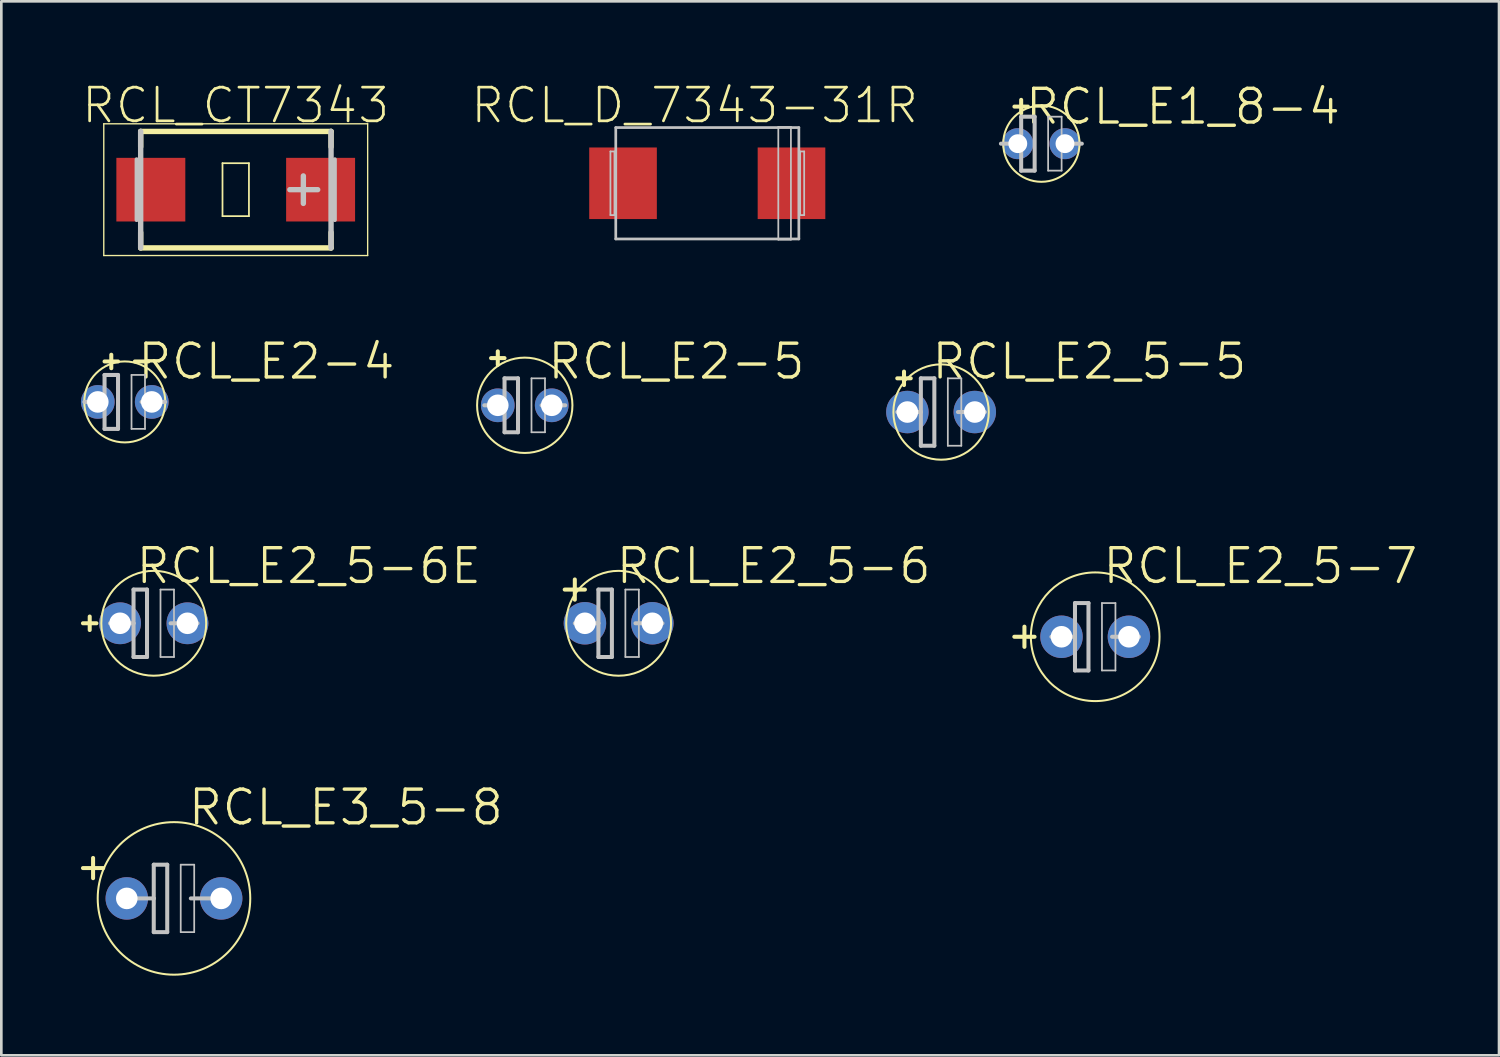
<source format=kicad_pcb>
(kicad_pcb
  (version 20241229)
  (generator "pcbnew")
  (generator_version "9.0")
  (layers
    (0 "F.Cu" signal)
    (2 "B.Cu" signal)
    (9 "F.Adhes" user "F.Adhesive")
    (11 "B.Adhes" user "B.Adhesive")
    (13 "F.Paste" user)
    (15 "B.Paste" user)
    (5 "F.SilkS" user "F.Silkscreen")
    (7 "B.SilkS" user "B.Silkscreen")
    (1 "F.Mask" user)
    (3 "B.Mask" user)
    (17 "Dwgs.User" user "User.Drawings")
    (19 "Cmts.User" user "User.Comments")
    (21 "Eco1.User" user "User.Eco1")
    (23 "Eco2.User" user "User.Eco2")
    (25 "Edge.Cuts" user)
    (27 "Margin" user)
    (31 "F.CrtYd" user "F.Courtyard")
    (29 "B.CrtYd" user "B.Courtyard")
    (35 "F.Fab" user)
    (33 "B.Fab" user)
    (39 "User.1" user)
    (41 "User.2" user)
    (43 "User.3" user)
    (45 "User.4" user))
  (footprint "RCL_E2_5-6"
    (layer "F.Cu")
    (at 20.258 20.433)
    (property "Reference" "RCL_E2_5-6" (at 5.842 -2.159 0) (layer "F.SilkS") (effects (font (size 1.27 1.27) (thickness 0.127))))
    (attr exclude_from_pos_files exclude_from_bom)
    (fp_line (start -2.032 -1.27) (end -1.651 -1.27) (stroke (width 0.152) (type solid)) (layer "F.SilkS"))
    (fp_line (start -1.651 -1.27) (end -1.651 -1.651) (stroke (width 0.152) (type solid)) (layer "F.SilkS"))
    (fp_line (start -1.651 -1.27) (end -1.27 -1.27) (stroke (width 0.152) (type solid)) (layer "F.SilkS"))
    (fp_line (start -1.651 -0.889) (end -1.651 -1.27) (stroke (width 0.152) (type solid)) (layer "F.SilkS"))
    (fp_circle (center 0 0) (end -1.397 1.397) (stroke (width 0.076) (type solid)) (fill no) (layer "F.SilkS"))
    (fp_line (start -1.651 0) (end -0.762 0) (stroke (width 0.152) (type solid)) (layer "Dwgs.User"))
    (fp_line (start -0.762 -1.27) (end -0.762 0) (stroke (width 0.152) (type solid)) (layer "Dwgs.User"))
    (fp_line (start -0.762 0) (end -0.762 1.27) (stroke (width 0.152) (type solid)) (layer "Dwgs.User"))
    (fp_line (start -0.762 1.27) (end -0.254 1.27) (stroke (width 0.152) (type solid)) (layer "Dwgs.User"))
    (fp_line (start -0.254 -1.27) (end -0.762 -1.27) (stroke (width 0.152) (type solid)) (layer "Dwgs.User"))
    (fp_line (start -0.254 1.27) (end -0.254 -1.27) (stroke (width 0.152) (type solid)) (layer "Dwgs.User"))
    (fp_line (start 0.254 -1.27) (end 0.762 -1.27) (stroke (width 0.066) (type solid)) (layer "Dwgs.User"))
    (fp_line (start 0.254 1.27) (end 0.254 -1.27) (stroke (width 0.066) (type solid)) (layer "Dwgs.User"))
    (fp_line (start 0.254 1.27) (end 0.762 1.27) (stroke (width 0.066) (type solid)) (layer "Dwgs.User"))
    (fp_line (start 0.635 0) (end 1.651 0) (stroke (width 0.152) (type solid)) (layer "Dwgs.User"))
    (fp_line (start 0.762 1.27) (end 0.762 -1.27) (stroke (width 0.066) (type solid)) (layer "Dwgs.User"))
    (pad "+" thru_hole circle (at -1.27 0) (size 1.6 1.6) (drill 0.813) (layers "*.Cu" "*.Paste" "*.Mask"))
    (pad "-" thru_hole circle (at 1.27 0) (size 1.6 1.6) (drill 0.813) (layers "*.Cu" "*.Paste" "*.Mask")))
  (footprint "RCL_E2-5"
    (layer "F.Cu")
    (at 16.721 12.22)
    (property "Reference" "RCL_E2-5" (at 5.715 -1.651 0) (layer "F.SilkS") (effects (font (size 1.27 1.27) (thickness 0.127))))
    (attr exclude_from_pos_files exclude_from_bom)
    (fp_line (start -1.27 -1.778) (end -0.762 -1.778) (stroke (width 0.152) (type solid)) (layer "F.SilkS"))
    (fp_line (start -1.016 -1.524) (end -1.016 -2.032) (stroke (width 0.152) (type solid)) (layer "F.SilkS"))
    (fp_circle (center 0 0) (end -1.27 1.27) (stroke (width 0.076) (type solid)) (fill no) (layer "F.SilkS"))
    (fp_line (start -1.524 0) (end -0.762 0) (stroke (width 0.152) (type solid)) (layer "Dwgs.User"))
    (fp_line (start -0.762 -1.016) (end -0.762 0) (stroke (width 0.152) (type solid)) (layer "Dwgs.User"))
    (fp_line (start -0.762 0) (end -0.762 1.016) (stroke (width 0.152) (type solid)) (layer "Dwgs.User"))
    (fp_line (start -0.762 1.016) (end -0.254 1.016) (stroke (width 0.152) (type solid)) (layer "Dwgs.User"))
    (fp_line (start -0.254 -1.016) (end -0.762 -1.016) (stroke (width 0.152) (type solid)) (layer "Dwgs.User"))
    (fp_line (start -0.254 1.016) (end -0.254 -1.016) (stroke (width 0.152) (type solid)) (layer "Dwgs.User"))
    (fp_line (start 0.254 -1.016) (end 0.762 -1.016) (stroke (width 0.066) (type solid)) (layer "Dwgs.User"))
    (fp_line (start 0.254 1.016) (end 0.254 -1.016) (stroke (width 0.066) (type solid)) (layer "Dwgs.User"))
    (fp_line (start 0.254 1.016) (end 0.762 1.016) (stroke (width 0.066) (type solid)) (layer "Dwgs.User"))
    (fp_line (start 0.635 0) (end 1.524 0) (stroke (width 0.152) (type solid)) (layer "Dwgs.User"))
    (fp_line (start 0.762 1.016) (end 0.762 -1.016) (stroke (width 0.066) (type solid)) (layer "Dwgs.User"))
    (pad "+" thru_hole circle (at -1.016 0) (size 1.27 1.27) (drill 0.813) (layers "*.Cu" "*.Paste" "*.Mask"))
    (pad "-" thru_hole circle (at 1.016 0) (size 1.27 1.27) (drill 0.813) (layers "*.Cu" "*.Paste" "*.Mask")))
  (footprint "RCL_E3_5-8"
    (layer "F.Cu")
    (at 3.505 30.799)
    (property "Reference" "RCL_E3_5-8" (at 6.477 -3.429 0) (layer "F.SilkS") (effects (font (size 1.27 1.27) (thickness 0.127))))
    (attr exclude_from_pos_files exclude_from_bom)
    (fp_line (start -3.429 -1.143) (end -2.667 -1.143) (stroke (width 0.152) (type solid)) (layer "F.SilkS"))
    (fp_line (start -3.048 -0.762) (end -3.048 -1.524) (stroke (width 0.152) (type solid)) (layer "F.SilkS"))
    (fp_circle (center 0 0) (end -2.032 2.032) (stroke (width 0.076) (type solid)) (fill no) (layer "F.SilkS"))
    (fp_line (start -1.651 0) (end -0.762 0) (stroke (width 0.152) (type solid)) (layer "Dwgs.User"))
    (fp_line (start -0.762 -1.27) (end -0.762 0) (stroke (width 0.152) (type solid)) (layer "Dwgs.User"))
    (fp_line (start -0.762 0) (end -0.762 1.27) (stroke (width 0.152) (type solid)) (layer "Dwgs.User"))
    (fp_line (start -0.762 1.27) (end -0.254 1.27) (stroke (width 0.152) (type solid)) (layer "Dwgs.User"))
    (fp_line (start -0.254 -1.27) (end -0.762 -1.27) (stroke (width 0.152) (type solid)) (layer "Dwgs.User"))
    (fp_line (start -0.254 1.27) (end -0.254 -1.27) (stroke (width 0.152) (type solid)) (layer "Dwgs.User"))
    (fp_line (start 0.254 -1.27) (end 0.762 -1.27) (stroke (width 0.066) (type solid)) (layer "Dwgs.User"))
    (fp_line (start 0.254 1.27) (end 0.254 -1.27) (stroke (width 0.066) (type solid)) (layer "Dwgs.User"))
    (fp_line (start 0.254 1.27) (end 0.762 1.27) (stroke (width 0.066) (type solid)) (layer "Dwgs.User"))
    (fp_line (start 0.635 0) (end 1.651 0) (stroke (width 0.152) (type solid)) (layer "Dwgs.User"))
    (fp_line (start 0.762 1.27) (end 0.762 -1.27) (stroke (width 0.066) (type solid)) (layer "Dwgs.User"))
    (pad "+" thru_hole circle (at -1.778 0) (size 1.6 1.6) (drill 0.813) (layers "*.Cu" "*.Paste" "*.Mask"))
    (pad "-" thru_hole circle (at 1.778 0) (size 1.6 1.6) (drill 0.813) (layers "*.Cu" "*.Paste" "*.Mask")))
  (footprint "RCL_E2_5-7"
    (layer "F.Cu")
    (at 38.214 20.941)
    (property "Reference" "RCL_E2_5-7" (at 6.223 -2.667 0) (layer "F.SilkS") (effects (font (size 1.27 1.27) (thickness 0.127))))
    (attr exclude_from_pos_files exclude_from_bom)
    (fp_line (start -3.048 0) (end -2.286 0) (stroke (width 0.152) (type solid)) (layer "F.SilkS"))
    (fp_line (start -2.667 0.381) (end -2.667 -0.381) (stroke (width 0.152) (type solid)) (layer "F.SilkS"))
    (fp_circle (center 0 0) (end -1.714 1.714) (stroke (width 0.076) (type solid)) (fill no) (layer "F.SilkS"))
    (fp_line (start -1.651 0) (end -0.762 0) (stroke (width 0.152) (type solid)) (layer "Dwgs.User"))
    (fp_line (start -0.762 -1.27) (end -0.762 0) (stroke (width 0.152) (type solid)) (layer "Dwgs.User"))
    (fp_line (start -0.762 0) (end -0.762 1.27) (stroke (width 0.152) (type solid)) (layer "Dwgs.User"))
    (fp_line (start -0.762 1.27) (end -0.254 1.27) (stroke (width 0.152) (type solid)) (layer "Dwgs.User"))
    (fp_line (start -0.254 -1.27) (end -0.762 -1.27) (stroke (width 0.152) (type solid)) (layer "Dwgs.User"))
    (fp_line (start -0.254 1.27) (end -0.254 -1.27) (stroke (width 0.152) (type solid)) (layer "Dwgs.User"))
    (fp_line (start 0.254 -1.27) (end 0.762 -1.27) (stroke (width 0.066) (type solid)) (layer "Dwgs.User"))
    (fp_line (start 0.254 1.27) (end 0.254 -1.27) (stroke (width 0.066) (type solid)) (layer "Dwgs.User"))
    (fp_line (start 0.254 1.27) (end 0.762 1.27) (stroke (width 0.066) (type solid)) (layer "Dwgs.User"))
    (fp_line (start 0.635 0) (end 1.651 0) (stroke (width 0.152) (type solid)) (layer "Dwgs.User"))
    (fp_line (start 0.762 1.27) (end 0.762 -1.27) (stroke (width 0.066) (type solid)) (layer "Dwgs.User"))
    (pad "+" thru_hole circle (at -1.27 0) (size 1.6 1.6) (drill 0.813) (layers "*.Cu" "*.Paste" "*.Mask"))
    (pad "-" thru_hole circle (at 1.27 0) (size 1.6 1.6) (drill 0.813) (layers "*.Cu" "*.Paste" "*.Mask")))
  (footprint "RCL_E1_8-4"
    (layer "F.Cu")
    (at 36.186 2.363)
    (property "Reference" "RCL_E1_8-4" (at 5.334 -1.397 0) (layer "F.SilkS") (effects (font (size 1.27 1.27) (thickness 0.127))))
    (attr exclude_from_pos_files exclude_from_bom)
    (fp_line (start -1.016 -1.397) (end -0.508 -1.397) (stroke (width 0.152) (type solid)) (layer "F.SilkS"))
    (fp_line (start -0.762 -1.143) (end -0.762 -1.651) (stroke (width 0.152) (type solid)) (layer "F.SilkS"))
    (fp_circle (center 0 0) (end -1.016 1.016) (stroke (width 0.076) (type solid)) (fill no) (layer "F.SilkS"))
    (fp_line (start -1.524 0) (end -0.762 0) (stroke (width 0.152) (type solid)) (layer "Dwgs.User"))
    (fp_line (start -0.762 -1.016) (end -0.762 0) (stroke (width 0.152) (type solid)) (layer "Dwgs.User"))
    (fp_line (start -0.762 0) (end -0.762 1.016) (stroke (width 0.152) (type solid)) (layer "Dwgs.User"))
    (fp_line (start -0.762 1.016) (end -0.254 1.016) (stroke (width 0.152) (type solid)) (layer "Dwgs.User"))
    (fp_line (start -0.254 -1.016) (end -0.762 -1.016) (stroke (width 0.152) (type solid)) (layer "Dwgs.User"))
    (fp_line (start -0.254 1.016) (end -0.254 -1.016) (stroke (width 0.152) (type solid)) (layer "Dwgs.User"))
    (fp_line (start 0.254 -1.016) (end 0.762 -1.016) (stroke (width 0.066) (type solid)) (layer "Dwgs.User"))
    (fp_line (start 0.254 1.016) (end 0.254 -1.016) (stroke (width 0.066) (type solid)) (layer "Dwgs.User"))
    (fp_line (start 0.254 1.016) (end 0.762 1.016) (stroke (width 0.066) (type solid)) (layer "Dwgs.User"))
    (fp_line (start 0.635 0) (end 1.524 0) (stroke (width 0.152) (type solid)) (layer "Dwgs.User"))
    (fp_line (start 0.762 1.016) (end 0.762 -1.016) (stroke (width 0.066) (type solid)) (layer "Dwgs.User"))
    (pad "+" thru_hole circle (at -0.889 0) (size 1.168 1.168) (drill 0.711) (layers "*.Cu" "*.Paste" "*.Mask"))
    (pad "-" thru_hole circle (at 0.889 0) (size 1.168 1.168) (drill 0.711) (layers "*.Cu" "*.Paste" "*.Mask")))
  (footprint "RCL_E2_5-6E"
    (layer "F.Cu")
    (at 2.743 20.433)
    (property "Reference" "RCL_E2_5-6E" (at 5.842 -2.159 0) (layer "F.SilkS") (effects (font (size 1.27 1.27) (thickness 0.127))))
    (attr exclude_from_pos_files exclude_from_bom)
    (fp_line (start -2.413 0.254) (end -2.413 -0.254) (stroke (width 0.152) (type solid)) (layer "F.SilkS"))
    (fp_line (start -2.159 0) (end -2.667 0) (stroke (width 0.152) (type solid)) (layer "F.SilkS"))
    (fp_circle (center 0 0) (end -1.397 1.397) (stroke (width 0.076) (type solid)) (fill no) (layer "F.SilkS"))
    (fp_line (start -1.651 0) (end -0.762 0) (stroke (width 0.152) (type solid)) (layer "Dwgs.User"))
    (fp_line (start -0.762 -1.27) (end -0.762 0) (stroke (width 0.152) (type solid)) (layer "Dwgs.User"))
    (fp_line (start -0.762 0) (end -0.762 1.27) (stroke (width 0.152) (type solid)) (layer "Dwgs.User"))
    (fp_line (start -0.762 1.27) (end -0.254 1.27) (stroke (width 0.152) (type solid)) (layer "Dwgs.User"))
    (fp_line (start -0.254 -1.27) (end -0.762 -1.27) (stroke (width 0.152) (type solid)) (layer "Dwgs.User"))
    (fp_line (start -0.254 1.27) (end -0.254 -1.27) (stroke (width 0.152) (type solid)) (layer "Dwgs.User"))
    (fp_line (start 0.254 -1.27) (end 0.762 -1.27) (stroke (width 0.066) (type solid)) (layer "Dwgs.User"))
    (fp_line (start 0.254 1.27) (end 0.254 -1.27) (stroke (width 0.066) (type solid)) (layer "Dwgs.User"))
    (fp_line (start 0.254 1.27) (end 0.762 1.27) (stroke (width 0.066) (type solid)) (layer "Dwgs.User"))
    (fp_line (start 0.635 0) (end 1.651 0) (stroke (width 0.152) (type solid)) (layer "Dwgs.User"))
    (fp_line (start 0.762 1.27) (end 0.762 -1.27) (stroke (width 0.066) (type solid)) (layer "Dwgs.User"))
    (pad "+" thru_hole circle (at -1.27 0) (size 1.575 1.575) (drill 0.813) (layers "*.Cu" "*.Paste" "*.Mask"))
    (pad "-" thru_hole circle (at 1.27 0) (size 1.575 1.575) (drill 0.813) (layers "*.Cu" "*.Paste" "*.Mask")))
  (footprint "RCL_CT7343"
    (layer "F.Cu")
    (at 5.831 4.096)
    (property "Reference" "RCL_CT7343" (at 0 -3.175 0) (layer "F.SilkS") (effects (font (size 1.27 1.27) (thickness 0.102))))
    (attr smd)
    (fp_line (start -4.971 -2.482) (end 4.971 -2.482) (stroke (width 0.051) (type solid)) (layer "F.SilkS"))
    (fp_line (start -4.971 2.482) (end -4.971 -2.482) (stroke (width 0.051) (type solid)) (layer "F.SilkS"))
    (fp_line (start -3.581 -2.195) (end -3.581 -1.613) (stroke (width 0.203) (type solid)) (layer "F.SilkS"))
    (fp_line (start -3.581 -2.195) (end 3.592 -2.195) (stroke (width 0.203) (type solid)) (layer "F.SilkS"))
    (fp_line (start -3.581 1.613) (end -3.581 2.195) (stroke (width 0.203) (type solid)) (layer "F.SilkS"))
    (fp_line (start -3.581 2.195) (end 3.592 2.195) (stroke (width 0.203) (type solid)) (layer "F.SilkS"))
    (fp_line (start -0.498 -0.998) (end 0.498 -0.998) (stroke (width 0.066) (type solid)) (layer "F.SilkS"))
    (fp_line (start -0.498 0.998) (end -0.498 -0.998) (stroke (width 0.066) (type solid)) (layer "F.SilkS"))
    (fp_line (start -0.498 0.998) (end 0.498 0.998) (stroke (width 0.066) (type solid)) (layer "F.SilkS"))
    (fp_line (start 0.498 0.998) (end 0.498 -0.998) (stroke (width 0.066) (type solid)) (layer "F.SilkS"))
    (fp_line (start 3.592 -2.195) (end 3.592 -1.613) (stroke (width 0.203) (type solid)) (layer "F.SilkS"))
    (fp_line (start 3.592 1.613) (end 3.592 2.195) (stroke (width 0.203) (type solid)) (layer "F.SilkS"))
    (fp_line (start 4.971 -2.482) (end 4.971 2.482) (stroke (width 0.051) (type solid)) (layer "F.SilkS"))
    (fp_line (start 4.971 2.482) (end -4.971 2.482) (stroke (width 0.051) (type solid)) (layer "F.SilkS"))
    (fp_line (start -3.734 1.143) (end -3.734 -1.143) (stroke (width 0.152) (type solid)) (layer "Dwgs.User"))
    (fp_line (start -3.581 -2.195) (end -3.581 2.195) (stroke (width 0.203) (type solid)) (layer "Dwgs.User"))
    (fp_line (start 2.04 0) (end 3.089 0) (stroke (width 0.203) (type solid)) (layer "Dwgs.User"))
    (fp_line (start 2.548 0.518) (end 2.548 -0.518) (stroke (width 0.203) (type solid)) (layer "Dwgs.User"))
    (fp_line (start 3.592 -2.195) (end 3.592 2.195) (stroke (width 0.203) (type solid)) (layer "Dwgs.User"))
    (fp_line (start 3.734 1.143) (end 3.734 -1.143) (stroke (width 0.152) (type solid)) (layer "Dwgs.User"))
    (pad "+" smd rect (at 3.198 0) (size 2.598 2.398) (layers "F.Cu" "F.Mask" "F.Paste"))
    (pad "-" smd rect (at -3.198 0) (size 2.598 2.398) (layers "F.Cu" "F.Mask" "F.Paste")))
  (footprint "RCL_D_7343-31R"
    (layer "F.Cu")
    (at 23.599 3.855)
    (property "Reference" "RCL_D_7343-31R" (at -0.475 -2.934 0) (layer "F.SilkS") (effects (font (size 1.27 1.27) (thickness 0.102))))
    (attr smd)
    (fp_line (start -3.65 -1.199) (end -3.498 -1.199) (stroke (width 0.066) (type solid)) (layer "Dwgs.User"))
    (fp_line (start -3.65 1.199) (end -3.65 -1.199) (stroke (width 0.066) (type solid)) (layer "Dwgs.User"))
    (fp_line (start -3.65 1.199) (end -3.498 1.199) (stroke (width 0.066) (type solid)) (layer "Dwgs.User"))
    (fp_line (start -3.498 1.199) (end -3.498 -1.199) (stroke (width 0.066) (type solid)) (layer "Dwgs.User"))
    (fp_line (start -3.449 -2.098) (end 3.449 -2.098) (stroke (width 0.102) (type solid)) (layer "Dwgs.User"))
    (fp_line (start -3.449 2.098) (end -3.449 -2.098) (stroke (width 0.102) (type solid)) (layer "Dwgs.User"))
    (fp_line (start 2.675 -2.123) (end 3.15 -2.123) (stroke (width 0.066) (type solid)) (layer "Dwgs.User"))
    (fp_line (start 2.675 2.123) (end 2.675 -2.123) (stroke (width 0.066) (type solid)) (layer "Dwgs.User"))
    (fp_line (start 2.675 2.123) (end 3.15 2.123) (stroke (width 0.066) (type solid)) (layer "Dwgs.User"))
    (fp_line (start 3.15 2.123) (end 3.15 -2.123) (stroke (width 0.066) (type solid)) (layer "Dwgs.User"))
    (fp_line (start 3.449 -2.098) (end 3.449 2.098) (stroke (width 0.102) (type solid)) (layer "Dwgs.User"))
    (fp_line (start 3.449 2.098) (end -3.449 2.098) (stroke (width 0.102) (type solid)) (layer "Dwgs.User"))
    (fp_line (start 3.498 -1.199) (end 3.65 -1.199) (stroke (width 0.066) (type solid)) (layer "Dwgs.User"))
    (fp_line (start 3.498 1.199) (end 3.498 -1.199) (stroke (width 0.066) (type solid)) (layer "Dwgs.User"))
    (fp_line (start 3.498 1.199) (end 3.65 1.199) (stroke (width 0.066) (type solid)) (layer "Dwgs.User"))
    (fp_line (start 3.65 1.199) (end 3.65 -1.199) (stroke (width 0.066) (type solid)) (layer "Dwgs.User"))
    (pad "+" smd rect (at 3.172 0) (size 2.548 2.697) (layers "F.Cu" "F.Mask" "F.Paste"))
    (pad "-" smd rect (at -3.175 0) (size 2.548 2.697) (layers "F.Cu" "F.Mask" "F.Paste")))
  (footprint "RCL_E2_5-5"
    (layer "F.Cu")
    (at 32.407 12.474)
    (property "Reference" "RCL_E2_5-5" (at 5.588 -1.905 0) (layer "F.SilkS") (effects (font (size 1.27 1.27) (thickness 0.127))))
    (attr exclude_from_pos_files exclude_from_bom)
    (fp_line (start -1.651 -1.27) (end -1.397 -1.27) (stroke (width 0.152) (type solid)) (layer "F.SilkS"))
    (fp_line (start -1.397 -1.27) (end -1.397 -1.524) (stroke (width 0.152) (type solid)) (layer "F.SilkS"))
    (fp_line (start -1.397 -1.27) (end -1.143 -1.27) (stroke (width 0.152) (type solid)) (layer "F.SilkS"))
    (fp_line (start -1.397 -1.016) (end -1.397 -1.27) (stroke (width 0.152) (type solid)) (layer "F.SilkS"))
    (fp_circle (center 0 0) (end -1.27 1.27) (stroke (width 0.076) (type solid)) (fill no) (layer "F.SilkS"))
    (fp_line (start -1.651 0) (end -0.762 0) (stroke (width 0.152) (type solid)) (layer "Dwgs.User"))
    (fp_line (start -0.762 -1.27) (end -0.762 0) (stroke (width 0.152) (type solid)) (layer "Dwgs.User"))
    (fp_line (start -0.762 0) (end -0.762 1.27) (stroke (width 0.152) (type solid)) (layer "Dwgs.User"))
    (fp_line (start -0.762 1.27) (end -0.254 1.27) (stroke (width 0.152) (type solid)) (layer "Dwgs.User"))
    (fp_line (start -0.254 -1.27) (end -0.762 -1.27) (stroke (width 0.152) (type solid)) (layer "Dwgs.User"))
    (fp_line (start -0.254 1.27) (end -0.254 -1.27) (stroke (width 0.152) (type solid)) (layer "Dwgs.User"))
    (fp_line (start 0.254 -1.27) (end 0.762 -1.27) (stroke (width 0.066) (type solid)) (layer "Dwgs.User"))
    (fp_line (start 0.254 1.27) (end 0.254 -1.27) (stroke (width 0.066) (type solid)) (layer "Dwgs.User"))
    (fp_line (start 0.254 1.27) (end 0.762 1.27) (stroke (width 0.066) (type solid)) (layer "Dwgs.User"))
    (fp_line (start 0.635 0) (end 1.651 0) (stroke (width 0.152) (type solid)) (layer "Dwgs.User"))
    (fp_line (start 0.762 1.27) (end 0.762 -1.27) (stroke (width 0.066) (type solid)) (layer "Dwgs.User"))
    (pad "+" thru_hole circle (at -1.27 0) (size 1.6 1.6) (drill 0.813) (layers "*.Cu" "*.Paste" "*.Mask"))
    (pad "-" thru_hole circle (at 1.27 0) (size 1.6 1.6) (drill 0.813) (layers "*.Cu" "*.Paste" "*.Mask")))
  (footprint "RCL_E2-4"
    (layer "F.Cu")
    (at 1.651 12.093)
    (property "Reference" "RCL_E2-4" (at 5.334 -1.524 0) (layer "F.SilkS") (effects (font (size 1.27 1.27) (thickness 0.127))))
    (attr exclude_from_pos_files exclude_from_bom)
    (fp_line (start -0.762 -1.524) (end -0.254 -1.524) (stroke (width 0.152) (type solid)) (layer "F.SilkS"))
    (fp_line (start -0.508 -1.27) (end -0.508 -1.778) (stroke (width 0.152) (type solid)) (layer "F.SilkS"))
    (fp_line (start 0.381 -1.524) (end 0.889 -1.524) (stroke (width 0.152) (type solid)) (layer "F.SilkS"))
    (fp_circle (center 0 0) (end -1.079 1.079) (stroke (width 0.076) (type solid)) (fill no) (layer "F.SilkS"))
    (fp_line (start -1.524 0) (end -0.762 0) (stroke (width 0.152) (type solid)) (layer "Dwgs.User"))
    (fp_line (start -0.762 -1.016) (end -0.762 0) (stroke (width 0.152) (type solid)) (layer "Dwgs.User"))
    (fp_line (start -0.762 0) (end -0.762 1.016) (stroke (width 0.152) (type solid)) (layer "Dwgs.User"))
    (fp_line (start -0.762 1.016) (end -0.254 1.016) (stroke (width 0.152) (type solid)) (layer "Dwgs.User"))
    (fp_line (start -0.254 -1.016) (end -0.762 -1.016) (stroke (width 0.152) (type solid)) (layer "Dwgs.User"))
    (fp_line (start -0.254 1.016) (end -0.254 -1.016) (stroke (width 0.152) (type solid)) (layer "Dwgs.User"))
    (fp_line (start 0.254 -1.016) (end 0.762 -1.016) (stroke (width 0.066) (type solid)) (layer "Dwgs.User"))
    (fp_line (start 0.254 1.016) (end 0.254 -1.016) (stroke (width 0.066) (type solid)) (layer "Dwgs.User"))
    (fp_line (start 0.254 1.016) (end 0.762 1.016) (stroke (width 0.066) (type solid)) (layer "Dwgs.User"))
    (fp_line (start 0.635 0) (end 1.524 0) (stroke (width 0.152) (type solid)) (layer "Dwgs.User"))
    (fp_line (start 0.762 1.016) (end 0.762 -1.016) (stroke (width 0.066) (type solid)) (layer "Dwgs.User"))
    (pad "+" thru_hole circle (at -1.016 0) (size 1.27 1.27) (drill 0.813) (layers "*.Cu" "*.Paste" "*.Mask"))
    (pad "-" thru_hole circle (at 1.016 0) (size 1.27 1.27) (drill 0.813) (layers "*.Cu" "*.Paste" "*.Mask")))
  (gr_rect
    (start -3 -3)
    (end 53.428 36.71)
    (stroke (width 0.1) (type default))
    (fill no)
    (layer "Edge.Cuts")))
</source>
